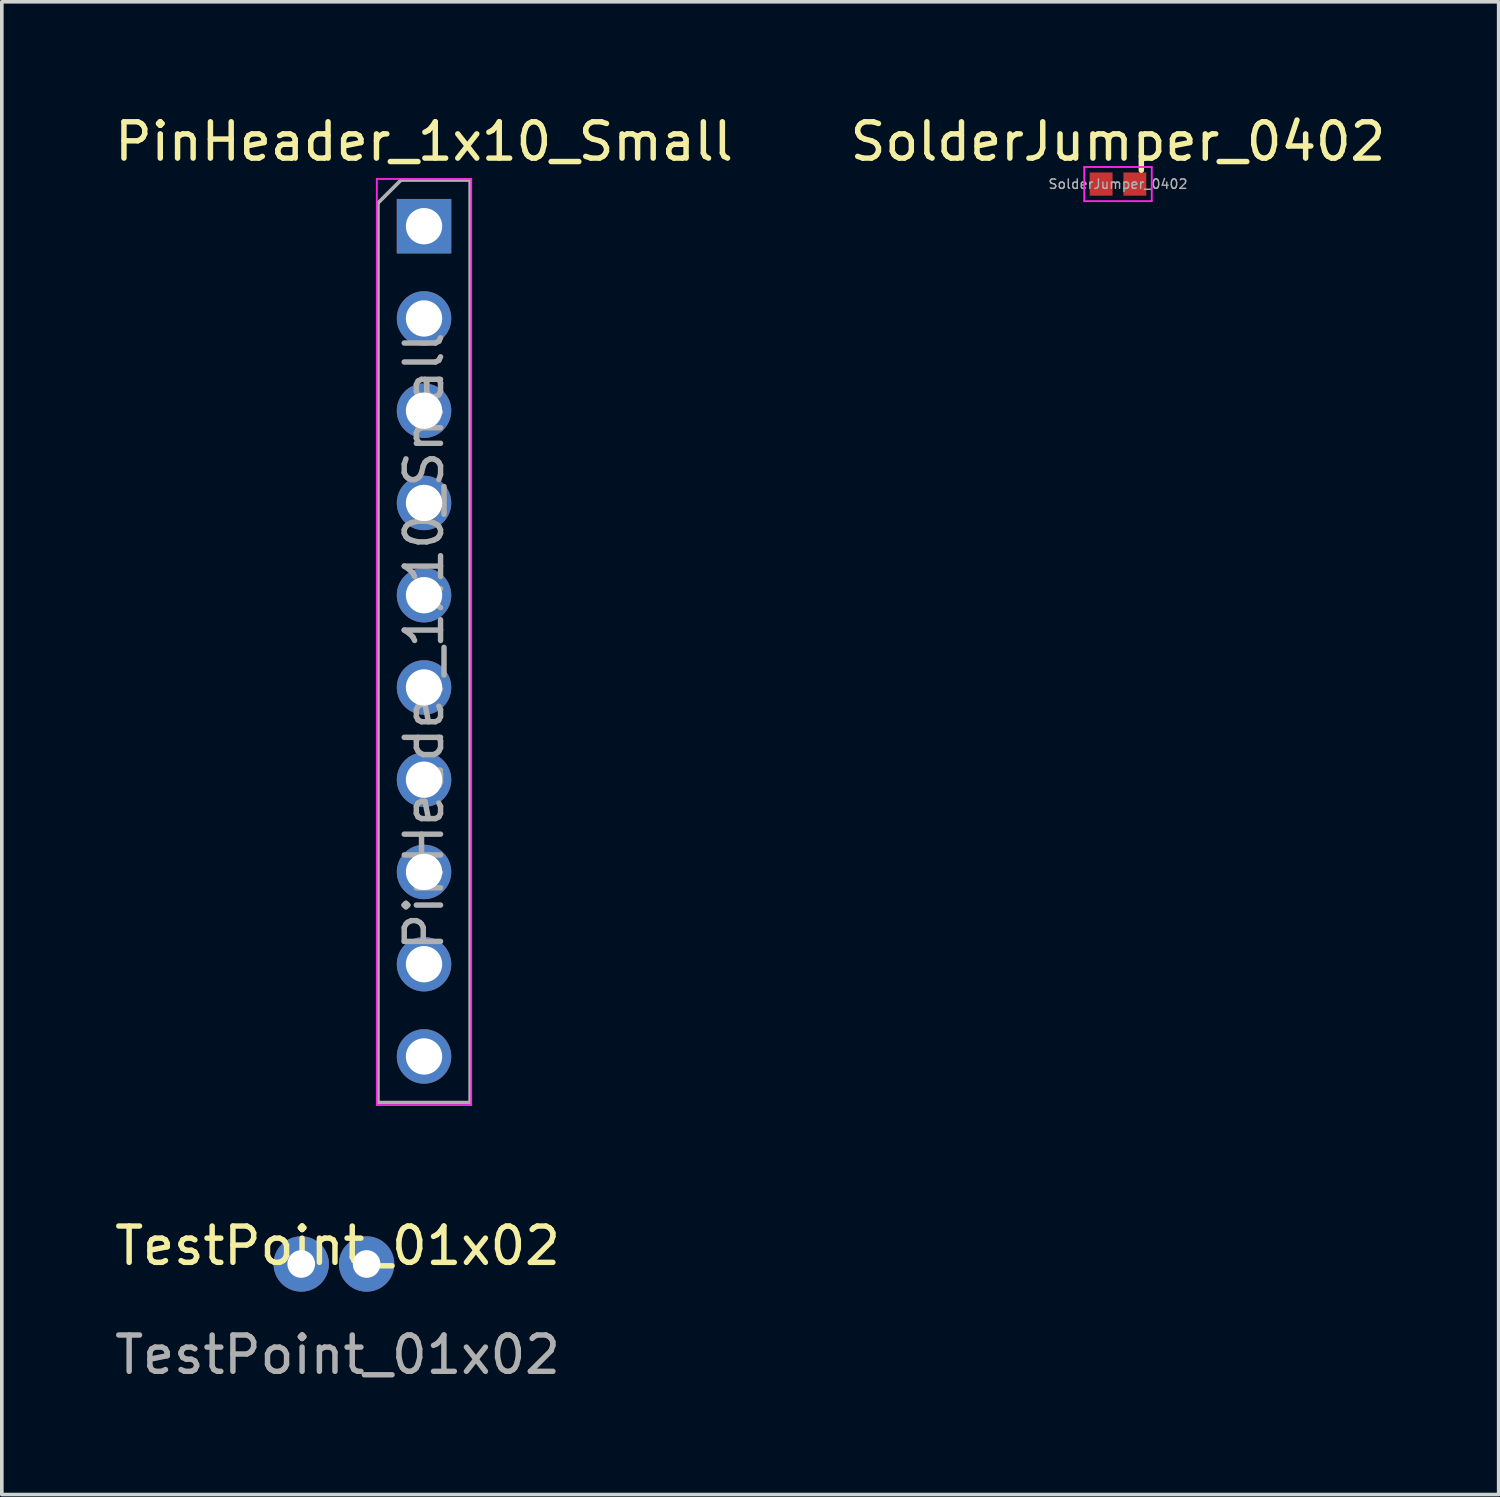
<source format=kicad_pcb>
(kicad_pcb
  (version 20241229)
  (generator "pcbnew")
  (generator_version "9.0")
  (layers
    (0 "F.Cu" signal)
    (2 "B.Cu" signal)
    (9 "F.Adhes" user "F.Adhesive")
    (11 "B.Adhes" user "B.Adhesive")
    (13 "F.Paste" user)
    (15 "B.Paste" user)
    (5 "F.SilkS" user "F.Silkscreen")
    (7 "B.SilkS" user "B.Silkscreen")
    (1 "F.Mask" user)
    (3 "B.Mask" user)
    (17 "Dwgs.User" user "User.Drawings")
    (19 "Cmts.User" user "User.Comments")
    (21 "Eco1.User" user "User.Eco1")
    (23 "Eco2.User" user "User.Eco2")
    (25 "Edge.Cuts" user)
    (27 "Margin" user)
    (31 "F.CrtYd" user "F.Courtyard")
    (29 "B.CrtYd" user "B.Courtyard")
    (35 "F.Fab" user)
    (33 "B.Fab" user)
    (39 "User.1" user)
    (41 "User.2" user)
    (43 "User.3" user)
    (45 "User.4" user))
  (footprint "TestPoint_01x02"
    (layer "F.Cu")
    (at 6.244 31.752)
    (property "Reference" "TestPoint_01x02" (at 0 -0.5 0) (unlocked yes) (layer "F.SilkS") (effects (font (size 1 1) (thickness 0.15))))
    (attr through_hole)
    (fp_text user "${REFERENCE}" (at 0 2.5 0) (unlocked yes) (layer "F.Fab") (effects (font (size 1 1) (thickness 0.15))))
    (pad "1" thru_hole circle (at -1 0) (size 1.524 1.524) (drill 0.762) (layers "*.Cu" "*.Mask"))
    (pad "2" thru_hole circle (at 0.8 0) (size 1.524 1.524) (drill 0.762) (layers "*.Cu" "*.Mask")))
  (footprint "PinHeader_1x10_Small"
    (layer "F.Cu")
    (at 8.625 3.178)
    (property "Reference" "PinHeader_1x10_Small" (at 0 -2.33 0) (layer "F.SilkS") (effects (font (size 1 1) (thickness 0.15))))
    (attr through_hole)
    (fp_line (start -1.3 -1.3) (end -1.3 24.2) (stroke (width 0.05) (type solid)) (layer "F.CrtYd"))
    (fp_line (start -1.3 24.2) (end 1.3 24.2) (stroke (width 0.05) (type solid)) (layer "F.CrtYd"))
    (fp_line (start 1.3 -1.3) (end -1.3 -1.3) (stroke (width 0.05) (type solid)) (layer "F.CrtYd"))
    (fp_line (start 1.3 24.2) (end 1.3 -1.3) (stroke (width 0.05) (type solid)) (layer "F.CrtYd"))
    (fp_line (start -1.27 -0.635) (end -0.635 -1.27) (stroke (width 0.1) (type solid)) (layer "F.Fab"))
    (fp_line (start -1.27 24.13) (end -1.27 -0.635) (stroke (width 0.1) (type solid)) (layer "F.Fab"))
    (fp_line (start -0.635 -1.27) (end 1.27 -1.27) (stroke (width 0.1) (type solid)) (layer "F.Fab"))
    (fp_line (start 1.27 -1.27) (end 1.27 24.13) (stroke (width 0.1) (type solid)) (layer "F.Fab"))
    (fp_line (start 1.27 24.13) (end -1.27 24.13) (stroke (width 0.1) (type solid)) (layer "F.Fab"))
    (fp_text user "${REFERENCE}" (at 0 11.43 90) (layer "F.Fab") (effects (font (size 1 1) (thickness 0.15))))
    (pad "1" thru_hole rect (at 0 0) (size 1.5 1.5) (drill 1) (layers "*.Cu" "*.Mask"))
    (pad "2" thru_hole oval (at 0 2.54) (size 1.5 1.5) (drill 1) (layers "*.Cu" "*.Mask"))
    (pad "3" thru_hole oval (at 0 5.08) (size 1.5 1.5) (drill 1) (layers "*.Cu" "*.Mask"))
    (pad "4" thru_hole oval (at 0 7.62) (size 1.5 1.5) (drill 1) (layers "*.Cu" "*.Mask"))
    (pad "5" thru_hole oval (at 0 10.16) (size 1.5 1.5) (drill 1) (layers "*.Cu" "*.Mask"))
    (pad "6" thru_hole oval (at 0 12.7) (size 1.5 1.5) (drill 1) (layers "*.Cu" "*.Mask"))
    (pad "7" thru_hole oval (at 0 15.24) (size 1.5 1.5) (drill 1) (layers "*.Cu" "*.Mask"))
    (pad "8" thru_hole oval (at 0 17.78) (size 1.5 1.5) (drill 1) (layers "*.Cu" "*.Mask"))
    (pad "9" thru_hole oval (at 0 20.32) (size 1.5 1.5) (drill 1) (layers "*.Cu" "*.Mask"))
    (pad "10" thru_hole oval (at 0 22.86) (size 1.5 1.5) (drill 1) (layers "*.Cu" "*.Mask")))
  (footprint "SolderJumper_0402"
    (layer "F.Cu")
    (at 27.732 2.018)
    (property "Reference" "SolderJumper_0402" (at 0 -1.17 0) (layer "F.SilkS") (effects (font (size 1 1) (thickness 0.15))))
    (attr smd)
    (fp_line (start -0.93 -0.47) (end 0.93 -0.47) (stroke (width 0.05) (type solid)) (layer "F.CrtYd"))
    (fp_line (start -0.93 0.47) (end -0.93 -0.47) (stroke (width 0.05) (type solid)) (layer "F.CrtYd"))
    (fp_line (start 0.93 -0.47) (end 0.93 0.47) (stroke (width 0.05) (type solid)) (layer "F.CrtYd"))
    (fp_line (start 0.93 0.47) (end -0.93 0.47) (stroke (width 0.05) (type solid)) (layer "F.CrtYd"))
    (fp_text user "${REFERENCE}" (at 0 0 0) (layer "F.Fab") (effects (font (size 0.26 0.26) (thickness 0.04))))
    (pad "" smd rect (at 0 0) (size 1.5 1.5) (layers "F.Mask"))
    (pad "1" smd rect (at -0.465 0) (size 0.63 0.64) (layers "F.Cu" "F.Mask" "F.Paste"))
    (pad "2" smd rect (at 0.465 0) (size 0.63 0.64) (layers "F.Cu" "F.Mask" "F.Paste")))
  (gr_rect
    (start -3 -3)
    (end 38.214 38.1)
    (stroke (width 0.1) (type default))
    (fill no)
    (layer "Edge.Cuts")))
</source>
